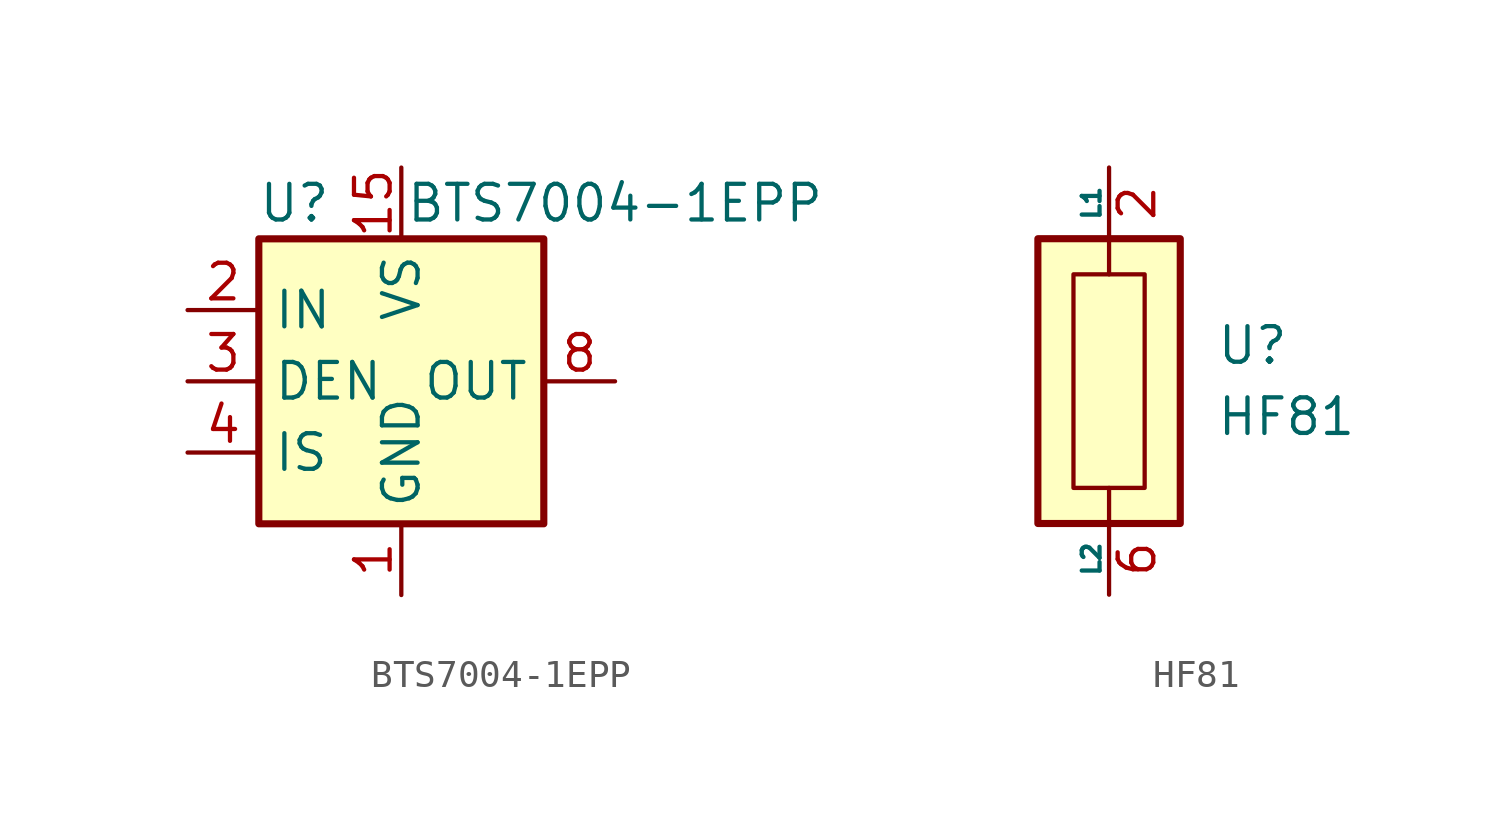
<source format=kicad_sym>
(kicad_symbol_lib
  (version 20200908)
  (generator kicad_symbol_editor)
  (symbol "Power_Management:BTS7004-1EPP"
    (property "Reference" "U"
      (at -3.81 6.35 0)
      (effects (font (size 1.27 1.27))))
    (property "Value" "BTS7004-1EPP"
      (at 7.62 6.35 0)
      (effects (font (size 1.27 1.27))))
    (symbol "BTS7004-1EPP_0_1"
      (rectangle (start -5.08 5.08) (end 5.08 -5.08) (stroke (width 0.254)) (fill (type background))))
    (symbol "BTS7004-1EPP_1_1"
      (pin power_in line (at 0 -7.62 90) (length 2.54) (name "GND" (effects (font (size 1.27 1.27)))) (number "1" (effects (font (size 1.27 1.27)))))
      (pin passive line (at 7.62 0 180) (length 2.54) hide (name "OUT" (effects (font (size 1.27 1.27)))) (number "10" (effects (font (size 1.27 1.27)))))
      (pin unconnected line (at 5.08 -5.08 180) (length 2.54) hide (name "NC" (effects (font (size 1.27 1.27)))) (number "11" (effects (font (size 1.27 1.27)))))
      (pin passive line (at 7.62 0 180) (length 2.54) hide (name "OUT" (effects (font (size 1.27 1.27)))) (number "12" (effects (font (size 1.27 1.27)))))
      (pin passive line (at 7.62 0 180) (length 2.54) hide (name "OUT" (effects (font (size 1.27 1.27)))) (number "13" (effects (font (size 1.27 1.27)))))
      (pin passive line (at 7.62 0 180) (length 2.54) hide (name "OUT" (effects (font (size 1.27 1.27)))) (number "14" (effects (font (size 1.27 1.27)))))
      (pin power_in line (at 0 7.62 270) (length 2.54) (name "VS" (effects (font (size 1.27 1.27)))) (number "15" (effects (font (size 1.27 1.27)))))
      (pin input line (at -7.62 2.54 0) (length 2.54) (name "IN" (effects (font (size 1.27 1.27)))) (number "2" (effects (font (size 1.27 1.27)))))
      (pin input line (at -7.62 0 0) (length 2.54) (name "DEN" (effects (font (size 1.27 1.27)))) (number "3" (effects (font (size 1.27 1.27)))))
      (pin output line (at -7.62 -2.54 0) (length 2.54) (name "IS" (effects (font (size 1.27 1.27)))) (number "4" (effects (font (size 1.27 1.27)))))
      (pin unconnected line (at 5.08 5.08 180) (length 2.54) hide (name "NC" (effects (font (size 1.27 1.27)))) (number "5" (effects (font (size 1.27 1.27)))))
      (pin unconnected line (at 5.08 2.54 180) (length 2.54) hide (name "NC" (effects (font (size 1.27 1.27)))) (number "6" (effects (font (size 1.27 1.27)))))
      (pin unconnected line (at 5.08 -2.54 180) (length 2.54) hide (name "NC" (effects (font (size 1.27 1.27)))) (number "7" (effects (font (size 1.27 1.27)))))
      (pin power_out line (at 7.62 0 180) (length 2.54) (name "OUT" (effects (font (size 1.27 1.27)))) (number "8" (effects (font (size 1.27 1.27)))))
      (pin passive line (at 7.62 0 180) (length 2.54) hide (name "OUT" (effects (font (size 1.27 1.27)))) (number "9" (effects (font (size 1.27 1.27)))))))
  (symbol "Power_Management:HF81"
    (pin_names
      (offset 0))
    (property "Reference" "U"
      (at 3.81 1.27 0)
      (effects (font (size 1.27 1.27)) (justify left)))
    (property "Value" "HF81"
      (at 3.81 -1.27 0)
      (effects (font (size 1.27 1.27)) (justify left)))
    (symbol "HF81_0_1"
      (rectangle (start -2.54 5.08) (end 2.54 -5.08) (stroke (width 0.254)) (fill (type background)))
      (rectangle (start -1.27 3.81) (end 1.27 -3.81) (stroke (width 0)) (fill (type none)))
      (polyline (pts (xy 0 -3.81) (xy 0 -5.08)) (stroke (width 0)) (fill (type none)))
      (polyline (pts (xy 0 5.08) (xy 0 3.81)) (stroke (width 0)) (fill (type none))))
    (symbol "HF81_1_1"
      (pin unconnected line (at -2.54 5.08 0) (length 2.54) hide (name "NC" (effects (font (size 1.27 1.27)))) (number "1" (effects (font (size 1.27 1.27)))))
      (pin passive line (at 0 7.62 270) (length 2.54) (name "L1" (effects (font (size 0.635 0.635)))) (number "2" (effects (font (size 1.27 1.27)))))
      (pin passive line (at 0 7.62 270) (length 2.54) hide (name "L1" (effects (font (size 0.635 0.635)))) (number "3" (effects (font (size 1.27 1.27)))))
      (pin unconnected line (at -2.54 2.54 0) (length 2.54) hide (name "NC" (effects (font (size 1.27 1.27)))) (number "4" (effects (font (size 1.27 1.27)))))
      (pin unconnected line (at -2.54 -2.54 0) (length 2.54) hide (name "NC" (effects (font (size 1.27 1.27)))) (number "5" (effects (font (size 1.27 1.27)))))
      (pin passive line (at 0 -7.62 90) (length 2.54) (name "L2" (effects (font (size 0.635 0.635)))) (number "6" (effects (font (size 1.27 1.27)))))
      (pin passive line (at 0 -7.62 90) (length 2.54) hide (name "L2" (effects (font (size 0.635 0.635)))) (number "7" (effects (font (size 1.27 1.27)))))
      (pin unconnected line (at -2.54 -5.08 0) (length 2.54) hide (name "NC" (effects (font (size 1.27 1.27)))) (number "8" (effects (font (size 1.27 1.27))))))))
</source>
